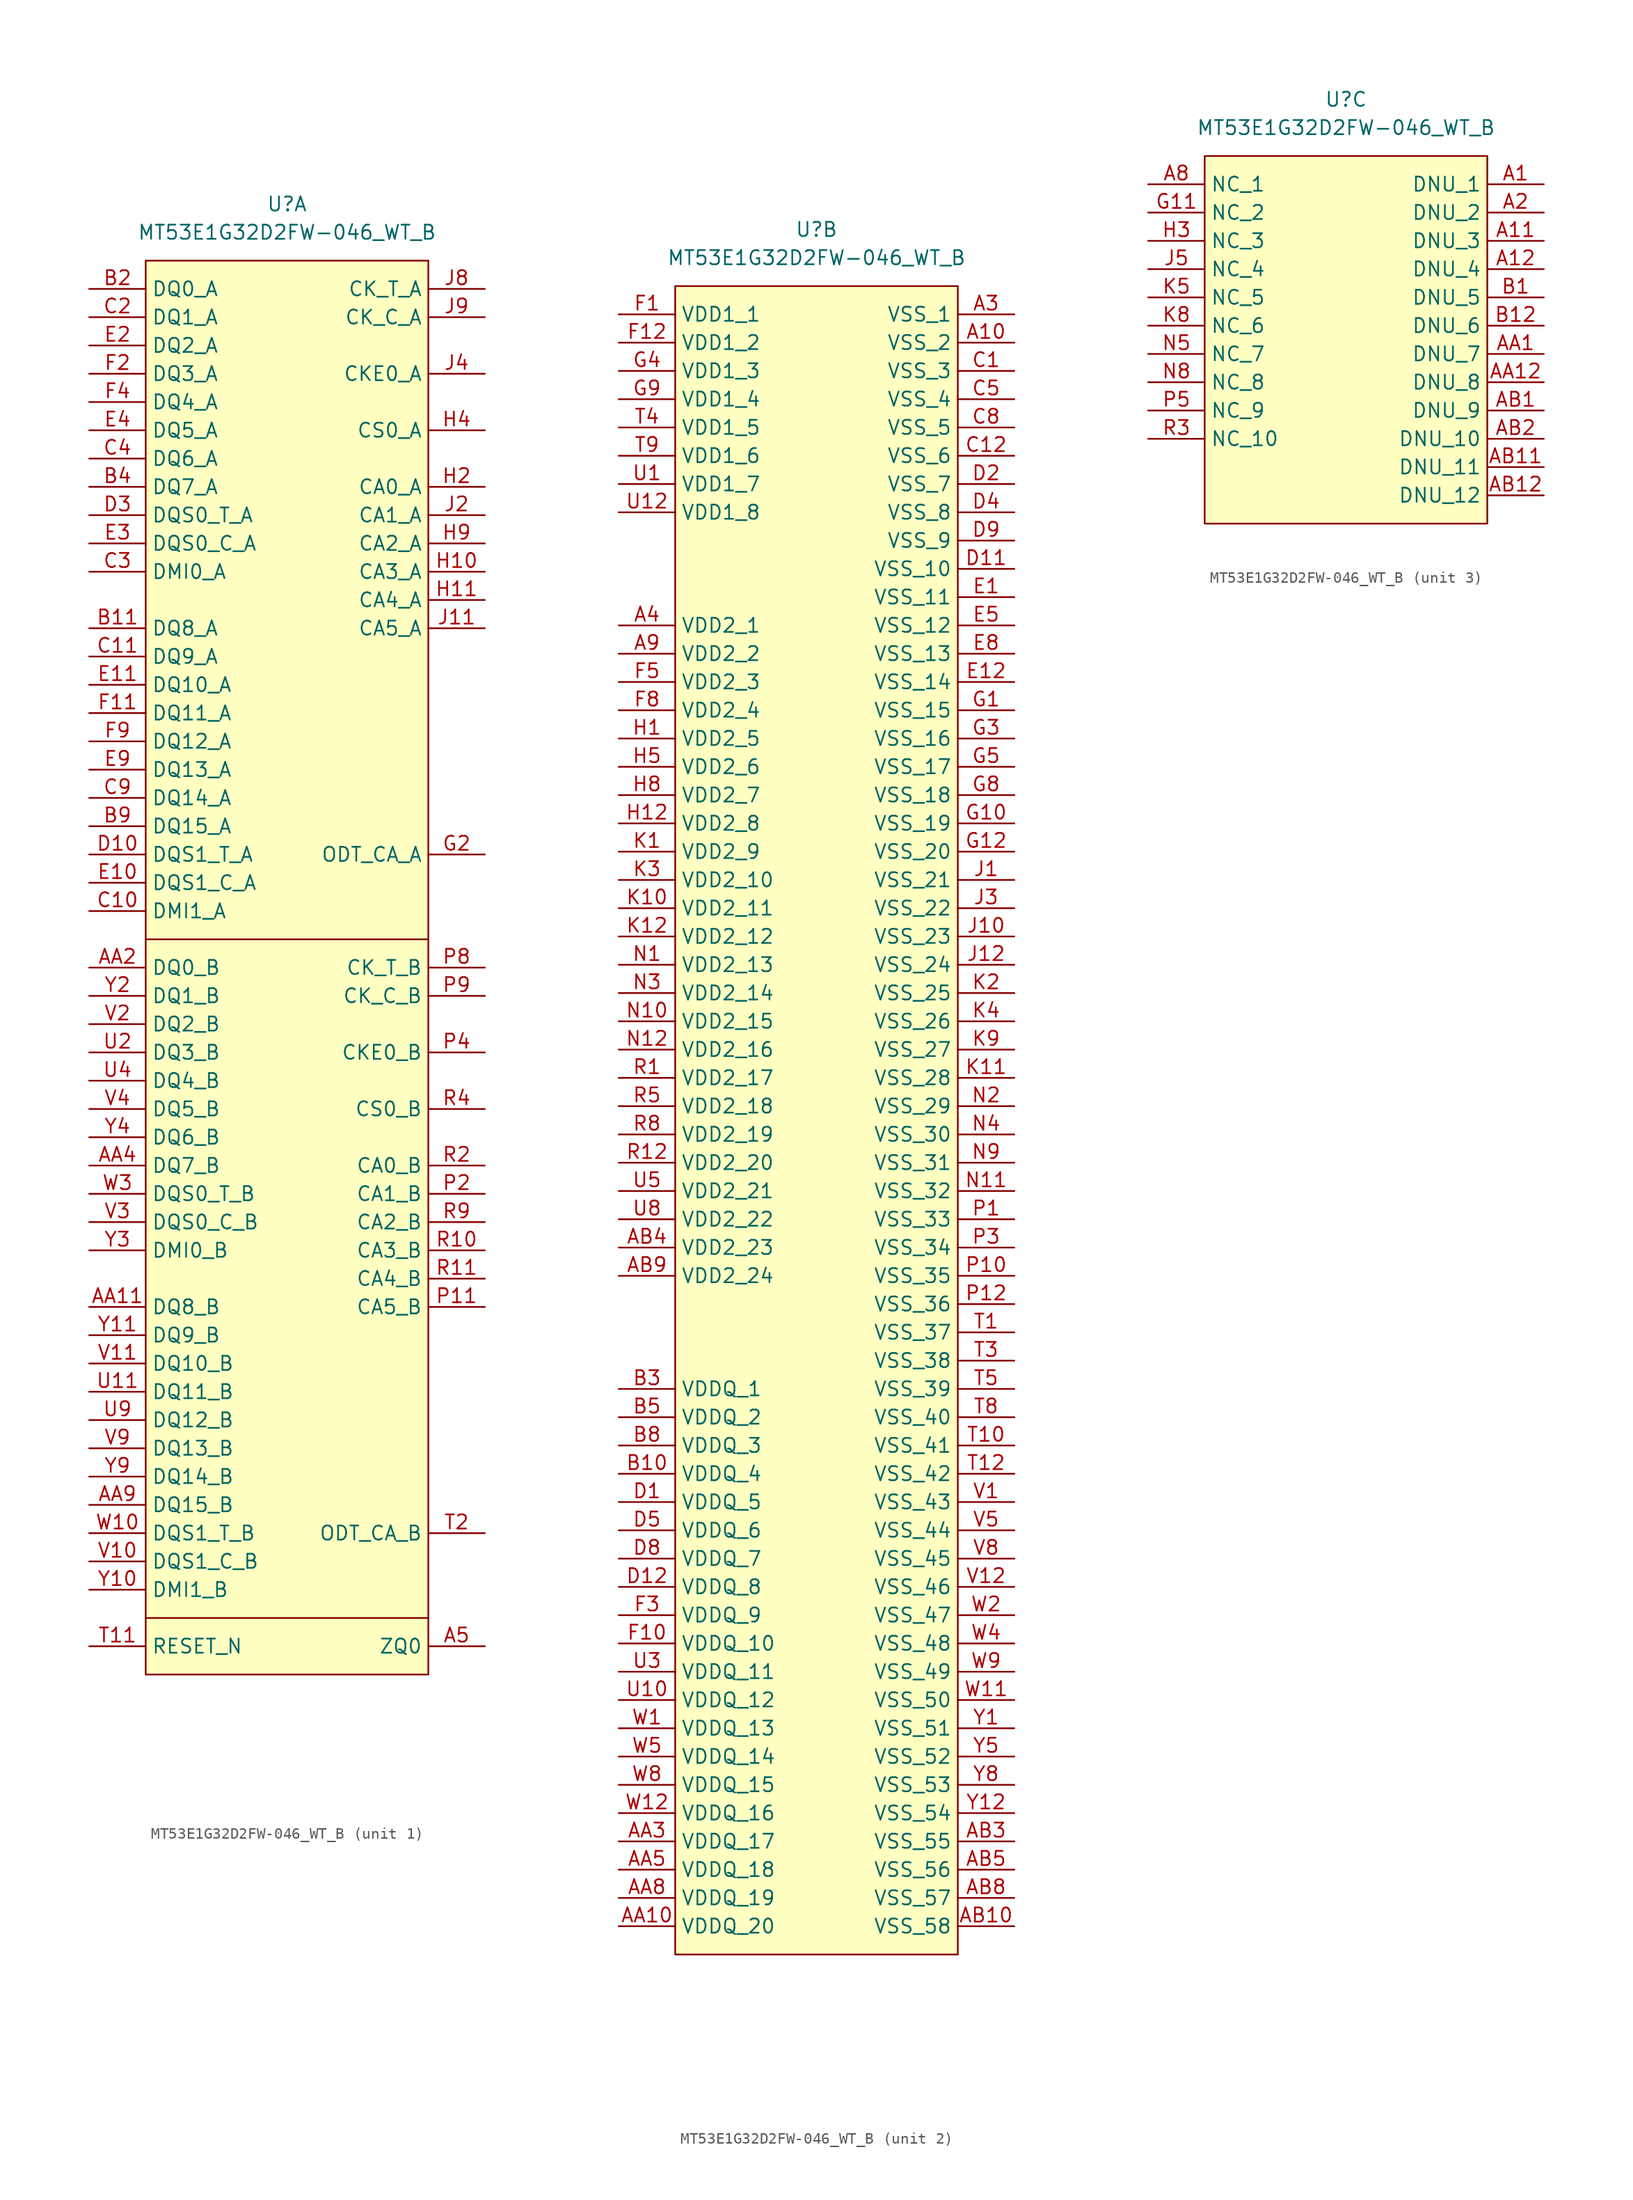
<source format=kicad_sym>
(kicad_symbol_lib
  (version 20241209)
  (generator "kicad_symbol_editor")
  (generator_version "9.0")
  (symbol "MT53E1G32D2FW-046_WT_B"
    (property "Reference" "U"
      (at 0 5.08 0)
      (effects (font (size 1.27 1.27))))
    (property "Value" "MT53E1G32D2FW-046_WT_B"
      (at 0 2.54 0)
      (effects (font (size 1.27 1.27))))
    (property "ki_locked" ""
      (at 0 0 0)
      (effects (font (size 1.27 1.27))))
    (symbol "MT53E1G32D2FW-046_WT_B_1_1"
      (rectangle (start -12.7 0) (end 12.7 -127) (stroke (width 0) (type default)) (fill (type background)))
      (polyline (pts (xy -12.7 -60.96) (xy 12.7 -60.96)) (stroke (width 0) (type default)) (fill (type none)))
      (polyline (pts (xy -12.7 -121.92) (xy 12.7 -121.92)) (stroke (width 0) (type default)) (fill (type none)))
      (pin passive line (at -17.78 -2.54 0) (length 5.08) (name "DQ0_A" (effects (font (size 1.27 1.27)))) (number "B2" (effects (font (size 1.27 1.27)))))
      (pin passive line (at -17.78 -5.08 0) (length 5.08) (name "DQ1_A" (effects (font (size 1.27 1.27)))) (number "C2" (effects (font (size 1.27 1.27)))))
      (pin passive line (at -17.78 -7.62 0) (length 5.08) (name "DQ2_A" (effects (font (size 1.27 1.27)))) (number "E2" (effects (font (size 1.27 1.27)))))
      (pin passive line (at -17.78 -10.16 0) (length 5.08) (name "DQ3_A" (effects (font (size 1.27 1.27)))) (number "F2" (effects (font (size 1.27 1.27)))))
      (pin passive line (at -17.78 -12.7 0) (length 5.08) (name "DQ4_A" (effects (font (size 1.27 1.27)))) (number "F4" (effects (font (size 1.27 1.27)))))
      (pin passive line (at -17.78 -15.24 0) (length 5.08) (name "DQ5_A" (effects (font (size 1.27 1.27)))) (number "E4" (effects (font (size 1.27 1.27)))))
      (pin passive line (at -17.78 -17.78 0) (length 5.08) (name "DQ6_A" (effects (font (size 1.27 1.27)))) (number "C4" (effects (font (size 1.27 1.27)))))
      (pin passive line (at -17.78 -20.32 0) (length 5.08) (name "DQ7_A" (effects (font (size 1.27 1.27)))) (number "B4" (effects (font (size 1.27 1.27)))))
      (pin passive line (at -17.78 -22.86 0) (length 5.08) (name "DQS0_T_A" (effects (font (size 1.27 1.27)))) (number "D3" (effects (font (size 1.27 1.27)))))
      (pin passive line (at -17.78 -25.4 0) (length 5.08) (name "DQS0_C_A" (effects (font (size 1.27 1.27)))) (number "E3" (effects (font (size 1.27 1.27)))))
      (pin passive line (at -17.78 -27.94 0) (length 5.08) (name "DMI0_A" (effects (font (size 1.27 1.27)))) (number "C3" (effects (font (size 1.27 1.27)))))
      (pin passive line (at -17.78 -33.02 0) (length 5.08) (name "DQ8_A" (effects (font (size 1.27 1.27)))) (number "B11" (effects (font (size 1.27 1.27)))))
      (pin passive line (at -17.78 -35.56 0) (length 5.08) (name "DQ9_A" (effects (font (size 1.27 1.27)))) (number "C11" (effects (font (size 1.27 1.27)))))
      (pin passive line (at -17.78 -38.1 0) (length 5.08) (name "DQ10_A" (effects (font (size 1.27 1.27)))) (number "E11" (effects (font (size 1.27 1.27)))))
      (pin passive line (at -17.78 -40.64 0) (length 5.08) (name "DQ11_A" (effects (font (size 1.27 1.27)))) (number "F11" (effects (font (size 1.27 1.27)))))
      (pin passive line (at -17.78 -43.18 0) (length 5.08) (name "DQ12_A" (effects (font (size 1.27 1.27)))) (number "F9" (effects (font (size 1.27 1.27)))))
      (pin passive line (at -17.78 -45.72 0) (length 5.08) (name "DQ13_A" (effects (font (size 1.27 1.27)))) (number "E9" (effects (font (size 1.27 1.27)))))
      (pin passive line (at -17.78 -48.26 0) (length 5.08) (name "DQ14_A" (effects (font (size 1.27 1.27)))) (number "C9" (effects (font (size 1.27 1.27)))))
      (pin passive line (at -17.78 -50.8 0) (length 5.08) (name "DQ15_A" (effects (font (size 1.27 1.27)))) (number "B9" (effects (font (size 1.27 1.27)))))
      (pin passive line (at -17.78 -53.34 0) (length 5.08) (name "DQS1_T_A" (effects (font (size 1.27 1.27)))) (number "D10" (effects (font (size 1.27 1.27)))))
      (pin passive line (at -17.78 -55.88 0) (length 5.08) (name "DQS1_C_A" (effects (font (size 1.27 1.27)))) (number "E10" (effects (font (size 1.27 1.27)))))
      (pin passive line (at -17.78 -58.42 0) (length 5.08) (name "DMI1_A" (effects (font (size 1.27 1.27)))) (number "C10" (effects (font (size 1.27 1.27)))))
      (pin passive line (at -17.78 -63.5 0) (length 5.08) (name "DQ0_B" (effects (font (size 1.27 1.27)))) (number "AA2" (effects (font (size 1.27 1.27)))))
      (pin passive line (at -17.78 -66.04 0) (length 5.08) (name "DQ1_B" (effects (font (size 1.27 1.27)))) (number "Y2" (effects (font (size 1.27 1.27)))))
      (pin passive line (at -17.78 -68.58 0) (length 5.08) (name "DQ2_B" (effects (font (size 1.27 1.27)))) (number "V2" (effects (font (size 1.27 1.27)))))
      (pin passive line (at -17.78 -71.12 0) (length 5.08) (name "DQ3_B" (effects (font (size 1.27 1.27)))) (number "U2" (effects (font (size 1.27 1.27)))))
      (pin passive line (at -17.78 -73.66 0) (length 5.08) (name "DQ4_B" (effects (font (size 1.27 1.27)))) (number "U4" (effects (font (size 1.27 1.27)))))
      (pin passive line (at -17.78 -76.2 0) (length 5.08) (name "DQ5_B" (effects (font (size 1.27 1.27)))) (number "V4" (effects (font (size 1.27 1.27)))))
      (pin passive line (at -17.78 -78.74 0) (length 5.08) (name "DQ6_B" (effects (font (size 1.27 1.27)))) (number "Y4" (effects (font (size 1.27 1.27)))))
      (pin passive line (at -17.78 -81.28 0) (length 5.08) (name "DQ7_B" (effects (font (size 1.27 1.27)))) (number "AA4" (effects (font (size 1.27 1.27)))))
      (pin passive line (at -17.78 -83.82 0) (length 5.08) (name "DQS0_T_B" (effects (font (size 1.27 1.27)))) (number "W3" (effects (font (size 1.27 1.27)))))
      (pin passive line (at -17.78 -86.36 0) (length 5.08) (name "DQS0_C_B" (effects (font (size 1.27 1.27)))) (number "V3" (effects (font (size 1.27 1.27)))))
      (pin passive line (at -17.78 -88.9 0) (length 5.08) (name "DMI0_B" (effects (font (size 1.27 1.27)))) (number "Y3" (effects (font (size 1.27 1.27)))))
      (pin passive line (at -17.78 -93.98 0) (length 5.08) (name "DQ8_B" (effects (font (size 1.27 1.27)))) (number "AA11" (effects (font (size 1.27 1.27)))))
      (pin passive line (at -17.78 -96.52 0) (length 5.08) (name "DQ9_B" (effects (font (size 1.27 1.27)))) (number "Y11" (effects (font (size 1.27 1.27)))))
      (pin passive line (at -17.78 -99.06 0) (length 5.08) (name "DQ10_B" (effects (font (size 1.27 1.27)))) (number "V11" (effects (font (size 1.27 1.27)))))
      (pin passive line (at -17.78 -101.6 0) (length 5.08) (name "DQ11_B" (effects (font (size 1.27 1.27)))) (number "U11" (effects (font (size 1.27 1.27)))))
      (pin passive line (at -17.78 -104.14 0) (length 5.08) (name "DQ12_B" (effects (font (size 1.27 1.27)))) (number "U9" (effects (font (size 1.27 1.27)))))
      (pin passive line (at -17.78 -106.68 0) (length 5.08) (name "DQ13_B" (effects (font (size 1.27 1.27)))) (number "V9" (effects (font (size 1.27 1.27)))))
      (pin passive line (at -17.78 -109.22 0) (length 5.08) (name "DQ14_B" (effects (font (size 1.27 1.27)))) (number "Y9" (effects (font (size 1.27 1.27)))))
      (pin passive line (at -17.78 -111.76 0) (length 5.08) (name "DQ15_B" (effects (font (size 1.27 1.27)))) (number "AA9" (effects (font (size 1.27 1.27)))))
      (pin passive line (at -17.78 -114.3 0) (length 5.08) (name "DQS1_T_B" (effects (font (size 1.27 1.27)))) (number "W10" (effects (font (size 1.27 1.27)))))
      (pin passive line (at -17.78 -116.84 0) (length 5.08) (name "DQS1_C_B" (effects (font (size 1.27 1.27)))) (number "V10" (effects (font (size 1.27 1.27)))))
      (pin passive line (at -17.78 -119.38 0) (length 5.08) (name "DMI1_B" (effects (font (size 1.27 1.27)))) (number "Y10" (effects (font (size 1.27 1.27)))))
      (pin passive line (at -17.78 -124.46 0) (length 5.08) (name "RESET_N" (effects (font (size 1.27 1.27)))) (number "T11" (effects (font (size 1.27 1.27)))))
      (pin passive line (at 17.78 -2.54 180) (length 5.08) (name "CK_T_A" (effects (font (size 1.27 1.27)))) (number "J8" (effects (font (size 1.27 1.27)))))
      (pin passive line (at 17.78 -5.08 180) (length 5.08) (name "CK_C_A" (effects (font (size 1.27 1.27)))) (number "J9" (effects (font (size 1.27 1.27)))))
      (pin passive line (at 17.78 -10.16 180) (length 5.08) (name "CKE0_A" (effects (font (size 1.27 1.27)))) (number "J4" (effects (font (size 1.27 1.27)))))
      (pin passive line (at 17.78 -15.24 180) (length 5.08) (name "CS0_A" (effects (font (size 1.27 1.27)))) (number "H4" (effects (font (size 1.27 1.27)))))
      (pin passive line (at 17.78 -20.32 180) (length 5.08) (name "CA0_A" (effects (font (size 1.27 1.27)))) (number "H2" (effects (font (size 1.27 1.27)))))
      (pin passive line (at 17.78 -22.86 180) (length 5.08) (name "CA1_A" (effects (font (size 1.27 1.27)))) (number "J2" (effects (font (size 1.27 1.27)))))
      (pin passive line (at 17.78 -25.4 180) (length 5.08) (name "CA2_A" (effects (font (size 1.27 1.27)))) (number "H9" (effects (font (size 1.27 1.27)))))
      (pin passive line (at 17.78 -27.94 180) (length 5.08) (name "CA3_A" (effects (font (size 1.27 1.27)))) (number "H10" (effects (font (size 1.27 1.27)))))
      (pin passive line (at 17.78 -30.48 180) (length 5.08) (name "CA4_A" (effects (font (size 1.27 1.27)))) (number "H11" (effects (font (size 1.27 1.27)))))
      (pin passive line (at 17.78 -33.02 180) (length 5.08) (name "CA5_A" (effects (font (size 1.27 1.27)))) (number "J11" (effects (font (size 1.27 1.27)))))
      (pin passive line (at 17.78 -53.34 180) (length 5.08) (name "ODT_CA_A" (effects (font (size 1.27 1.27)))) (number "G2" (effects (font (size 1.27 1.27)))))
      (pin passive line (at 17.78 -63.5 180) (length 5.08) (name "CK_T_B" (effects (font (size 1.27 1.27)))) (number "P8" (effects (font (size 1.27 1.27)))))
      (pin passive line (at 17.78 -66.04 180) (length 5.08) (name "CK_C_B" (effects (font (size 1.27 1.27)))) (number "P9" (effects (font (size 1.27 1.27)))))
      (pin passive line (at 17.78 -71.12 180) (length 5.08) (name "CKE0_B" (effects (font (size 1.27 1.27)))) (number "P4" (effects (font (size 1.27 1.27)))))
      (pin passive line (at 17.78 -76.2 180) (length 5.08) (name "CS0_B" (effects (font (size 1.27 1.27)))) (number "R4" (effects (font (size 1.27 1.27)))))
      (pin passive line (at 17.78 -81.28 180) (length 5.08) (name "CA0_B" (effects (font (size 1.27 1.27)))) (number "R2" (effects (font (size 1.27 1.27)))))
      (pin passive line (at 17.78 -83.82 180) (length 5.08) (name "CA1_B" (effects (font (size 1.27 1.27)))) (number "P2" (effects (font (size 1.27 1.27)))))
      (pin passive line (at 17.78 -86.36 180) (length 5.08) (name "CA2_B" (effects (font (size 1.27 1.27)))) (number "R9" (effects (font (size 1.27 1.27)))))
      (pin passive line (at 17.78 -88.9 180) (length 5.08) (name "CA3_B" (effects (font (size 1.27 1.27)))) (number "R10" (effects (font (size 1.27 1.27)))))
      (pin passive line (at 17.78 -91.44 180) (length 5.08) (name "CA4_B" (effects (font (size 1.27 1.27)))) (number "R11" (effects (font (size 1.27 1.27)))))
      (pin passive line (at 17.78 -93.98 180) (length 5.08) (name "CA5_B" (effects (font (size 1.27 1.27)))) (number "P11" (effects (font (size 1.27 1.27)))))
      (pin passive line (at 17.78 -114.3 180) (length 5.08) (name "ODT_CA_B" (effects (font (size 1.27 1.27)))) (number "T2" (effects (font (size 1.27 1.27)))))
      (pin passive line (at 17.78 -124.46 180) (length 5.08) (name "ZQ0" (effects (font (size 1.27 1.27)))) (number "A5" (effects (font (size 1.27 1.27))))))
    (symbol "MT53E1G32D2FW-046_WT_B_2_1"
      (rectangle (start -12.7 0) (end 12.7 -149.86) (stroke (width 0) (type default)) (fill (type background)))
      (pin passive line (at -17.78 -2.54 0) (length 5.08) (name "VDD1_1" (effects (font (size 1.27 1.27)))) (number "F1" (effects (font (size 1.27 1.27)))))
      (pin passive line (at -17.78 -5.08 0) (length 5.08) (name "VDD1_2" (effects (font (size 1.27 1.27)))) (number "F12" (effects (font (size 1.27 1.27)))))
      (pin passive line (at -17.78 -7.62 0) (length 5.08) (name "VDD1_3" (effects (font (size 1.27 1.27)))) (number "G4" (effects (font (size 1.27 1.27)))))
      (pin passive line (at -17.78 -10.16 0) (length 5.08) (name "VDD1_4" (effects (font (size 1.27 1.27)))) (number "G9" (effects (font (size 1.27 1.27)))))
      (pin passive line (at -17.78 -12.7 0) (length 5.08) (name "VDD1_5" (effects (font (size 1.27 1.27)))) (number "T4" (effects (font (size 1.27 1.27)))))
      (pin passive line (at -17.78 -15.24 0) (length 5.08) (name "VDD1_6" (effects (font (size 1.27 1.27)))) (number "T9" (effects (font (size 1.27 1.27)))))
      (pin passive line (at -17.78 -17.78 0) (length 5.08) (name "VDD1_7" (effects (font (size 1.27 1.27)))) (number "U1" (effects (font (size 1.27 1.27)))))
      (pin passive line (at -17.78 -20.32 0) (length 5.08) (name "VDD1_8" (effects (font (size 1.27 1.27)))) (number "U12" (effects (font (size 1.27 1.27)))))
      (pin passive line (at -17.78 -30.48 0) (length 5.08) (name "VDD2_1" (effects (font (size 1.27 1.27)))) (number "A4" (effects (font (size 1.27 1.27)))))
      (pin passive line (at -17.78 -33.02 0) (length 5.08) (name "VDD2_2" (effects (font (size 1.27 1.27)))) (number "A9" (effects (font (size 1.27 1.27)))))
      (pin passive line (at -17.78 -35.56 0) (length 5.08) (name "VDD2_3" (effects (font (size 1.27 1.27)))) (number "F5" (effects (font (size 1.27 1.27)))))
      (pin passive line (at -17.78 -38.1 0) (length 5.08) (name "VDD2_4" (effects (font (size 1.27 1.27)))) (number "F8" (effects (font (size 1.27 1.27)))))
      (pin passive line (at -17.78 -40.64 0) (length 5.08) (name "VDD2_5" (effects (font (size 1.27 1.27)))) (number "H1" (effects (font (size 1.27 1.27)))))
      (pin passive line (at -17.78 -43.18 0) (length 5.08) (name "VDD2_6" (effects (font (size 1.27 1.27)))) (number "H5" (effects (font (size 1.27 1.27)))))
      (pin passive line (at -17.78 -45.72 0) (length 5.08) (name "VDD2_7" (effects (font (size 1.27 1.27)))) (number "H8" (effects (font (size 1.27 1.27)))))
      (pin passive line (at -17.78 -48.26 0) (length 5.08) (name "VDD2_8" (effects (font (size 1.27 1.27)))) (number "H12" (effects (font (size 1.27 1.27)))))
      (pin passive line (at -17.78 -50.8 0) (length 5.08) (name "VDD2_9" (effects (font (size 1.27 1.27)))) (number "K1" (effects (font (size 1.27 1.27)))))
      (pin passive line (at -17.78 -53.34 0) (length 5.08) (name "VDD2_10" (effects (font (size 1.27 1.27)))) (number "K3" (effects (font (size 1.27 1.27)))))
      (pin passive line (at -17.78 -55.88 0) (length 5.08) (name "VDD2_11" (effects (font (size 1.27 1.27)))) (number "K10" (effects (font (size 1.27 1.27)))))
      (pin passive line (at -17.78 -58.42 0) (length 5.08) (name "VDD2_12" (effects (font (size 1.27 1.27)))) (number "K12" (effects (font (size 1.27 1.27)))))
      (pin passive line (at -17.78 -60.96 0) (length 5.08) (name "VDD2_13" (effects (font (size 1.27 1.27)))) (number "N1" (effects (font (size 1.27 1.27)))))
      (pin passive line (at -17.78 -63.5 0) (length 5.08) (name "VDD2_14" (effects (font (size 1.27 1.27)))) (number "N3" (effects (font (size 1.27 1.27)))))
      (pin passive line (at -17.78 -66.04 0) (length 5.08) (name "VDD2_15" (effects (font (size 1.27 1.27)))) (number "N10" (effects (font (size 1.27 1.27)))))
      (pin passive line (at -17.78 -68.58 0) (length 5.08) (name "VDD2_16" (effects (font (size 1.27 1.27)))) (number "N12" (effects (font (size 1.27 1.27)))))
      (pin passive line (at -17.78 -71.12 0) (length 5.08) (name "VDD2_17" (effects (font (size 1.27 1.27)))) (number "R1" (effects (font (size 1.27 1.27)))))
      (pin passive line (at -17.78 -73.66 0) (length 5.08) (name "VDD2_18" (effects (font (size 1.27 1.27)))) (number "R5" (effects (font (size 1.27 1.27)))))
      (pin passive line (at -17.78 -76.2 0) (length 5.08) (name "VDD2_19" (effects (font (size 1.27 1.27)))) (number "R8" (effects (font (size 1.27 1.27)))))
      (pin passive line (at -17.78 -78.74 0) (length 5.08) (name "VDD2_20" (effects (font (size 1.27 1.27)))) (number "R12" (effects (font (size 1.27 1.27)))))
      (pin passive line (at -17.78 -81.28 0) (length 5.08) (name "VDD2_21" (effects (font (size 1.27 1.27)))) (number "U5" (effects (font (size 1.27 1.27)))))
      (pin passive line (at -17.78 -83.82 0) (length 5.08) (name "VDD2_22" (effects (font (size 1.27 1.27)))) (number "U8" (effects (font (size 1.27 1.27)))))
      (pin passive line (at -17.78 -86.36 0) (length 5.08) (name "VDD2_23" (effects (font (size 1.27 1.27)))) (number "AB4" (effects (font (size 1.27 1.27)))))
      (pin passive line (at -17.78 -88.9 0) (length 5.08) (name "VDD2_24" (effects (font (size 1.27 1.27)))) (number "AB9" (effects (font (size 1.27 1.27)))))
      (pin passive line (at -17.78 -99.06 0) (length 5.08) (name "VDDQ_1" (effects (font (size 1.27 1.27)))) (number "B3" (effects (font (size 1.27 1.27)))))
      (pin passive line (at -17.78 -101.6 0) (length 5.08) (name "VDDQ_2" (effects (font (size 1.27 1.27)))) (number "B5" (effects (font (size 1.27 1.27)))))
      (pin passive line (at -17.78 -104.14 0) (length 5.08) (name "VDDQ_3" (effects (font (size 1.27 1.27)))) (number "B8" (effects (font (size 1.27 1.27)))))
      (pin passive line (at -17.78 -106.68 0) (length 5.08) (name "VDDQ_4" (effects (font (size 1.27 1.27)))) (number "B10" (effects (font (size 1.27 1.27)))))
      (pin passive line (at -17.78 -109.22 0) (length 5.08) (name "VDDQ_5" (effects (font (size 1.27 1.27)))) (number "D1" (effects (font (size 1.27 1.27)))))
      (pin passive line (at -17.78 -111.76 0) (length 5.08) (name "VDDQ_6" (effects (font (size 1.27 1.27)))) (number "D5" (effects (font (size 1.27 1.27)))))
      (pin passive line (at -17.78 -114.3 0) (length 5.08) (name "VDDQ_7" (effects (font (size 1.27 1.27)))) (number "D8" (effects (font (size 1.27 1.27)))))
      (pin passive line (at -17.78 -116.84 0) (length 5.08) (name "VDDQ_8" (effects (font (size 1.27 1.27)))) (number "D12" (effects (font (size 1.27 1.27)))))
      (pin passive line (at -17.78 -119.38 0) (length 5.08) (name "VDDQ_9" (effects (font (size 1.27 1.27)))) (number "F3" (effects (font (size 1.27 1.27)))))
      (pin passive line (at -17.78 -121.92 0) (length 5.08) (name "VDDQ_10" (effects (font (size 1.27 1.27)))) (number "F10" (effects (font (size 1.27 1.27)))))
      (pin passive line (at -17.78 -124.46 0) (length 5.08) (name "VDDQ_11" (effects (font (size 1.27 1.27)))) (number "U3" (effects (font (size 1.27 1.27)))))
      (pin passive line (at -17.78 -127 0) (length 5.08) (name "VDDQ_12" (effects (font (size 1.27 1.27)))) (number "U10" (effects (font (size 1.27 1.27)))))
      (pin passive line (at -17.78 -129.54 0) (length 5.08) (name "VDDQ_13" (effects (font (size 1.27 1.27)))) (number "W1" (effects (font (size 1.27 1.27)))))
      (pin passive line (at -17.78 -132.08 0) (length 5.08) (name "VDDQ_14" (effects (font (size 1.27 1.27)))) (number "W5" (effects (font (size 1.27 1.27)))))
      (pin passive line (at -17.78 -134.62 0) (length 5.08) (name "VDDQ_15" (effects (font (size 1.27 1.27)))) (number "W8" (effects (font (size 1.27 1.27)))))
      (pin passive line (at -17.78 -137.16 0) (length 5.08) (name "VDDQ_16" (effects (font (size 1.27 1.27)))) (number "W12" (effects (font (size 1.27 1.27)))))
      (pin passive line (at -17.78 -139.7 0) (length 5.08) (name "VDDQ_17" (effects (font (size 1.27 1.27)))) (number "AA3" (effects (font (size 1.27 1.27)))))
      (pin passive line (at -17.78 -142.24 0) (length 5.08) (name "VDDQ_18" (effects (font (size 1.27 1.27)))) (number "AA5" (effects (font (size 1.27 1.27)))))
      (pin passive line (at -17.78 -144.78 0) (length 5.08) (name "VDDQ_19" (effects (font (size 1.27 1.27)))) (number "AA8" (effects (font (size 1.27 1.27)))))
      (pin passive line (at -17.78 -147.32 0) (length 5.08) (name "VDDQ_20" (effects (font (size 1.27 1.27)))) (number "AA10" (effects (font (size 1.27 1.27)))))
      (pin passive line (at 17.78 -2.54 180) (length 5.08) (name "VSS_1" (effects (font (size 1.27 1.27)))) (number "A3" (effects (font (size 1.27 1.27)))))
      (pin passive line (at 17.78 -5.08 180) (length 5.08) (name "VSS_2" (effects (font (size 1.27 1.27)))) (number "A10" (effects (font (size 1.27 1.27)))))
      (pin passive line (at 17.78 -7.62 180) (length 5.08) (name "VSS_3" (effects (font (size 1.27 1.27)))) (number "C1" (effects (font (size 1.27 1.27)))))
      (pin passive line (at 17.78 -10.16 180) (length 5.08) (name "VSS_4" (effects (font (size 1.27 1.27)))) (number "C5" (effects (font (size 1.27 1.27)))))
      (pin passive line (at 17.78 -12.7 180) (length 5.08) (name "VSS_5" (effects (font (size 1.27 1.27)))) (number "C8" (effects (font (size 1.27 1.27)))))
      (pin passive line (at 17.78 -15.24 180) (length 5.08) (name "VSS_6" (effects (font (size 1.27 1.27)))) (number "C12" (effects (font (size 1.27 1.27)))))
      (pin passive line (at 17.78 -17.78 180) (length 5.08) (name "VSS_7" (effects (font (size 1.27 1.27)))) (number "D2" (effects (font (size 1.27 1.27)))))
      (pin passive line (at 17.78 -20.32 180) (length 5.08) (name "VSS_8" (effects (font (size 1.27 1.27)))) (number "D4" (effects (font (size 1.27 1.27)))))
      (pin passive line (at 17.78 -22.86 180) (length 5.08) (name "VSS_9" (effects (font (size 1.27 1.27)))) (number "D9" (effects (font (size 1.27 1.27)))))
      (pin passive line (at 17.78 -25.4 180) (length 5.08) (name "VSS_10" (effects (font (size 1.27 1.27)))) (number "D11" (effects (font (size 1.27 1.27)))))
      (pin passive line (at 17.78 -27.94 180) (length 5.08) (name "VSS_11" (effects (font (size 1.27 1.27)))) (number "E1" (effects (font (size 1.27 1.27)))))
      (pin passive line (at 17.78 -30.48 180) (length 5.08) (name "VSS_12" (effects (font (size 1.27 1.27)))) (number "E5" (effects (font (size 1.27 1.27)))))
      (pin passive line (at 17.78 -33.02 180) (length 5.08) (name "VSS_13" (effects (font (size 1.27 1.27)))) (number "E8" (effects (font (size 1.27 1.27)))))
      (pin passive line (at 17.78 -35.56 180) (length 5.08) (name "VSS_14" (effects (font (size 1.27 1.27)))) (number "E12" (effects (font (size 1.27 1.27)))))
      (pin passive line (at 17.78 -38.1 180) (length 5.08) (name "VSS_15" (effects (font (size 1.27 1.27)))) (number "G1" (effects (font (size 1.27 1.27)))))
      (pin passive line (at 17.78 -40.64 180) (length 5.08) (name "VSS_16" (effects (font (size 1.27 1.27)))) (number "G3" (effects (font (size 1.27 1.27)))))
      (pin passive line (at 17.78 -43.18 180) (length 5.08) (name "VSS_17" (effects (font (size 1.27 1.27)))) (number "G5" (effects (font (size 1.27 1.27)))))
      (pin passive line (at 17.78 -45.72 180) (length 5.08) (name "VSS_18" (effects (font (size 1.27 1.27)))) (number "G8" (effects (font (size 1.27 1.27)))))
      (pin passive line (at 17.78 -48.26 180) (length 5.08) (name "VSS_19" (effects (font (size 1.27 1.27)))) (number "G10" (effects (font (size 1.27 1.27)))))
      (pin passive line (at 17.78 -50.8 180) (length 5.08) (name "VSS_20" (effects (font (size 1.27 1.27)))) (number "G12" (effects (font (size 1.27 1.27)))))
      (pin passive line (at 17.78 -53.34 180) (length 5.08) (name "VSS_21" (effects (font (size 1.27 1.27)))) (number "J1" (effects (font (size 1.27 1.27)))))
      (pin passive line (at 17.78 -55.88 180) (length 5.08) (name "VSS_22" (effects (font (size 1.27 1.27)))) (number "J3" (effects (font (size 1.27 1.27)))))
      (pin passive line (at 17.78 -58.42 180) (length 5.08) (name "VSS_23" (effects (font (size 1.27 1.27)))) (number "J10" (effects (font (size 1.27 1.27)))))
      (pin passive line (at 17.78 -60.96 180) (length 5.08) (name "VSS_24" (effects (font (size 1.27 1.27)))) (number "J12" (effects (font (size 1.27 1.27)))))
      (pin passive line (at 17.78 -63.5 180) (length 5.08) (name "VSS_25" (effects (font (size 1.27 1.27)))) (number "K2" (effects (font (size 1.27 1.27)))))
      (pin passive line (at 17.78 -66.04 180) (length 5.08) (name "VSS_26" (effects (font (size 1.27 1.27)))) (number "K4" (effects (font (size 1.27 1.27)))))
      (pin passive line (at 17.78 -68.58 180) (length 5.08) (name "VSS_27" (effects (font (size 1.27 1.27)))) (number "K9" (effects (font (size 1.27 1.27)))))
      (pin passive line (at 17.78 -71.12 180) (length 5.08) (name "VSS_28" (effects (font (size 1.27 1.27)))) (number "K11" (effects (font (size 1.27 1.27)))))
      (pin passive line (at 17.78 -73.66 180) (length 5.08) (name "VSS_29" (effects (font (size 1.27 1.27)))) (number "N2" (effects (font (size 1.27 1.27)))))
      (pin passive line (at 17.78 -76.2 180) (length 5.08) (name "VSS_30" (effects (font (size 1.27 1.27)))) (number "N4" (effects (font (size 1.27 1.27)))))
      (pin passive line (at 17.78 -78.74 180) (length 5.08) (name "VSS_31" (effects (font (size 1.27 1.27)))) (number "N9" (effects (font (size 1.27 1.27)))))
      (pin passive line (at 17.78 -81.28 180) (length 5.08) (name "VSS_32" (effects (font (size 1.27 1.27)))) (number "N11" (effects (font (size 1.27 1.27)))))
      (pin passive line (at 17.78 -83.82 180) (length 5.08) (name "VSS_33" (effects (font (size 1.27 1.27)))) (number "P1" (effects (font (size 1.27 1.27)))))
      (pin passive line (at 17.78 -86.36 180) (length 5.08) (name "VSS_34" (effects (font (size 1.27 1.27)))) (number "P3" (effects (font (size 1.27 1.27)))))
      (pin passive line (at 17.78 -88.9 180) (length 5.08) (name "VSS_35" (effects (font (size 1.27 1.27)))) (number "P10" (effects (font (size 1.27 1.27)))))
      (pin passive line (at 17.78 -91.44 180) (length 5.08) (name "VSS_36" (effects (font (size 1.27 1.27)))) (number "P12" (effects (font (size 1.27 1.27)))))
      (pin passive line (at 17.78 -93.98 180) (length 5.08) (name "VSS_37" (effects (font (size 1.27 1.27)))) (number "T1" (effects (font (size 1.27 1.27)))))
      (pin passive line (at 17.78 -96.52 180) (length 5.08) (name "VSS_38" (effects (font (size 1.27 1.27)))) (number "T3" (effects (font (size 1.27 1.27)))))
      (pin passive line (at 17.78 -99.06 180) (length 5.08) (name "VSS_39" (effects (font (size 1.27 1.27)))) (number "T5" (effects (font (size 1.27 1.27)))))
      (pin passive line (at 17.78 -101.6 180) (length 5.08) (name "VSS_40" (effects (font (size 1.27 1.27)))) (number "T8" (effects (font (size 1.27 1.27)))))
      (pin passive line (at 17.78 -104.14 180) (length 5.08) (name "VSS_41" (effects (font (size 1.27 1.27)))) (number "T10" (effects (font (size 1.27 1.27)))))
      (pin passive line (at 17.78 -106.68 180) (length 5.08) (name "VSS_42" (effects (font (size 1.27 1.27)))) (number "T12" (effects (font (size 1.27 1.27)))))
      (pin passive line (at 17.78 -109.22 180) (length 5.08) (name "VSS_43" (effects (font (size 1.27 1.27)))) (number "V1" (effects (font (size 1.27 1.27)))))
      (pin passive line (at 17.78 -111.76 180) (length 5.08) (name "VSS_44" (effects (font (size 1.27 1.27)))) (number "V5" (effects (font (size 1.27 1.27)))))
      (pin passive line (at 17.78 -114.3 180) (length 5.08) (name "VSS_45" (effects (font (size 1.27 1.27)))) (number "V8" (effects (font (size 1.27 1.27)))))
      (pin passive line (at 17.78 -116.84 180) (length 5.08) (name "VSS_46" (effects (font (size 1.27 1.27)))) (number "V12" (effects (font (size 1.27 1.27)))))
      (pin passive line (at 17.78 -119.38 180) (length 5.08) (name "VSS_47" (effects (font (size 1.27 1.27)))) (number "W2" (effects (font (size 1.27 1.27)))))
      (pin passive line (at 17.78 -121.92 180) (length 5.08) (name "VSS_48" (effects (font (size 1.27 1.27)))) (number "W4" (effects (font (size 1.27 1.27)))))
      (pin passive line (at 17.78 -124.46 180) (length 5.08) (name "VSS_49" (effects (font (size 1.27 1.27)))) (number "W9" (effects (font (size 1.27 1.27)))))
      (pin passive line (at 17.78 -127 180) (length 5.08) (name "VSS_50" (effects (font (size 1.27 1.27)))) (number "W11" (effects (font (size 1.27 1.27)))))
      (pin passive line (at 17.78 -129.54 180) (length 5.08) (name "VSS_51" (effects (font (size 1.27 1.27)))) (number "Y1" (effects (font (size 1.27 1.27)))))
      (pin passive line (at 17.78 -132.08 180) (length 5.08) (name "VSS_52" (effects (font (size 1.27 1.27)))) (number "Y5" (effects (font (size 1.27 1.27)))))
      (pin passive line (at 17.78 -134.62 180) (length 5.08) (name "VSS_53" (effects (font (size 1.27 1.27)))) (number "Y8" (effects (font (size 1.27 1.27)))))
      (pin passive line (at 17.78 -137.16 180) (length 5.08) (name "VSS_54" (effects (font (size 1.27 1.27)))) (number "Y12" (effects (font (size 1.27 1.27)))))
      (pin passive line (at 17.78 -139.7 180) (length 5.08) (name "VSS_55" (effects (font (size 1.27 1.27)))) (number "AB3" (effects (font (size 1.27 1.27)))))
      (pin passive line (at 17.78 -142.24 180) (length 5.08) (name "VSS_56" (effects (font (size 1.27 1.27)))) (number "AB5" (effects (font (size 1.27 1.27)))))
      (pin passive line (at 17.78 -144.78 180) (length 5.08) (name "VSS_57" (effects (font (size 1.27 1.27)))) (number "AB8" (effects (font (size 1.27 1.27)))))
      (pin passive line (at 17.78 -147.32 180) (length 5.08) (name "VSS_58" (effects (font (size 1.27 1.27)))) (number "AB10" (effects (font (size 1.27 1.27))))))
    (symbol "MT53E1G32D2FW-046_WT_B_3_1"
      (rectangle (start -12.7 0) (end 12.7 -33.02) (stroke (width 0) (type default)) (fill (type background)))
      (pin passive line (at -17.78 -2.54 0) (length 5.08) (name "NC_1" (effects (font (size 1.27 1.27)))) (number "A8" (effects (font (size 1.27 1.27)))))
      (pin passive line (at -17.78 -5.08 0) (length 5.08) (name "NC_2" (effects (font (size 1.27 1.27)))) (number "G11" (effects (font (size 1.27 1.27)))))
      (pin passive line (at -17.78 -7.62 0) (length 5.08) (name "NC_3" (effects (font (size 1.27 1.27)))) (number "H3" (effects (font (size 1.27 1.27)))))
      (pin passive line (at -17.78 -10.16 0) (length 5.08) (name "NC_4" (effects (font (size 1.27 1.27)))) (number "J5" (effects (font (size 1.27 1.27)))))
      (pin passive line (at -17.78 -12.7 0) (length 5.08) (name "NC_5" (effects (font (size 1.27 1.27)))) (number "K5" (effects (font (size 1.27 1.27)))))
      (pin passive line (at -17.78 -15.24 0) (length 5.08) (name "NC_6" (effects (font (size 1.27 1.27)))) (number "K8" (effects (font (size 1.27 1.27)))))
      (pin passive line (at -17.78 -17.78 0) (length 5.08) (name "NC_7" (effects (font (size 1.27 1.27)))) (number "N5" (effects (font (size 1.27 1.27)))))
      (pin passive line (at -17.78 -20.32 0) (length 5.08) (name "NC_8" (effects (font (size 1.27 1.27)))) (number "N8" (effects (font (size 1.27 1.27)))))
      (pin passive line (at -17.78 -22.86 0) (length 5.08) (name "NC_9" (effects (font (size 1.27 1.27)))) (number "P5" (effects (font (size 1.27 1.27)))))
      (pin passive line (at -17.78 -25.4 0) (length 5.08) (name "NC_10" (effects (font (size 1.27 1.27)))) (number "R3" (effects (font (size 1.27 1.27)))))
      (pin passive line (at 17.78 -2.54 180) (length 5.08) (name "DNU_1" (effects (font (size 1.27 1.27)))) (number "A1" (effects (font (size 1.27 1.27)))))
      (pin passive line (at 17.78 -5.08 180) (length 5.08) (name "DNU_2" (effects (font (size 1.27 1.27)))) (number "A2" (effects (font (size 1.27 1.27)))))
      (pin passive line (at 17.78 -7.62 180) (length 5.08) (name "DNU_3" (effects (font (size 1.27 1.27)))) (number "A11" (effects (font (size 1.27 1.27)))))
      (pin passive line (at 17.78 -10.16 180) (length 5.08) (name "DNU_4" (effects (font (size 1.27 1.27)))) (number "A12" (effects (font (size 1.27 1.27)))))
      (pin passive line (at 17.78 -12.7 180) (length 5.08) (name "DNU_5" (effects (font (size 1.27 1.27)))) (number "B1" (effects (font (size 1.27 1.27)))))
      (pin passive line (at 17.78 -15.24 180) (length 5.08) (name "DNU_6" (effects (font (size 1.27 1.27)))) (number "B12" (effects (font (size 1.27 1.27)))))
      (pin passive line (at 17.78 -17.78 180) (length 5.08) (name "DNU_7" (effects (font (size 1.27 1.27)))) (number "AA1" (effects (font (size 1.27 1.27)))))
      (pin passive line (at 17.78 -20.32 180) (length 5.08) (name "DNU_8" (effects (font (size 1.27 1.27)))) (number "AA12" (effects (font (size 1.27 1.27)))))
      (pin passive line (at 17.78 -22.86 180) (length 5.08) (name "DNU_9" (effects (font (size 1.27 1.27)))) (number "AB1" (effects (font (size 1.27 1.27)))))
      (pin passive line (at 17.78 -25.4 180) (length 5.08) (name "DNU_10" (effects (font (size 1.27 1.27)))) (number "AB2" (effects (font (size 1.27 1.27)))))
      (pin passive line (at 17.78 -27.94 180) (length 5.08) (name "DNU_11" (effects (font (size 1.27 1.27)))) (number "AB11" (effects (font (size 1.27 1.27)))))
      (pin passive line (at 17.78 -30.48 180) (length 5.08) (name "DNU_12" (effects (font (size 1.27 1.27)))) (number "AB12" (effects (font (size 1.27 1.27))))))))
</source>
